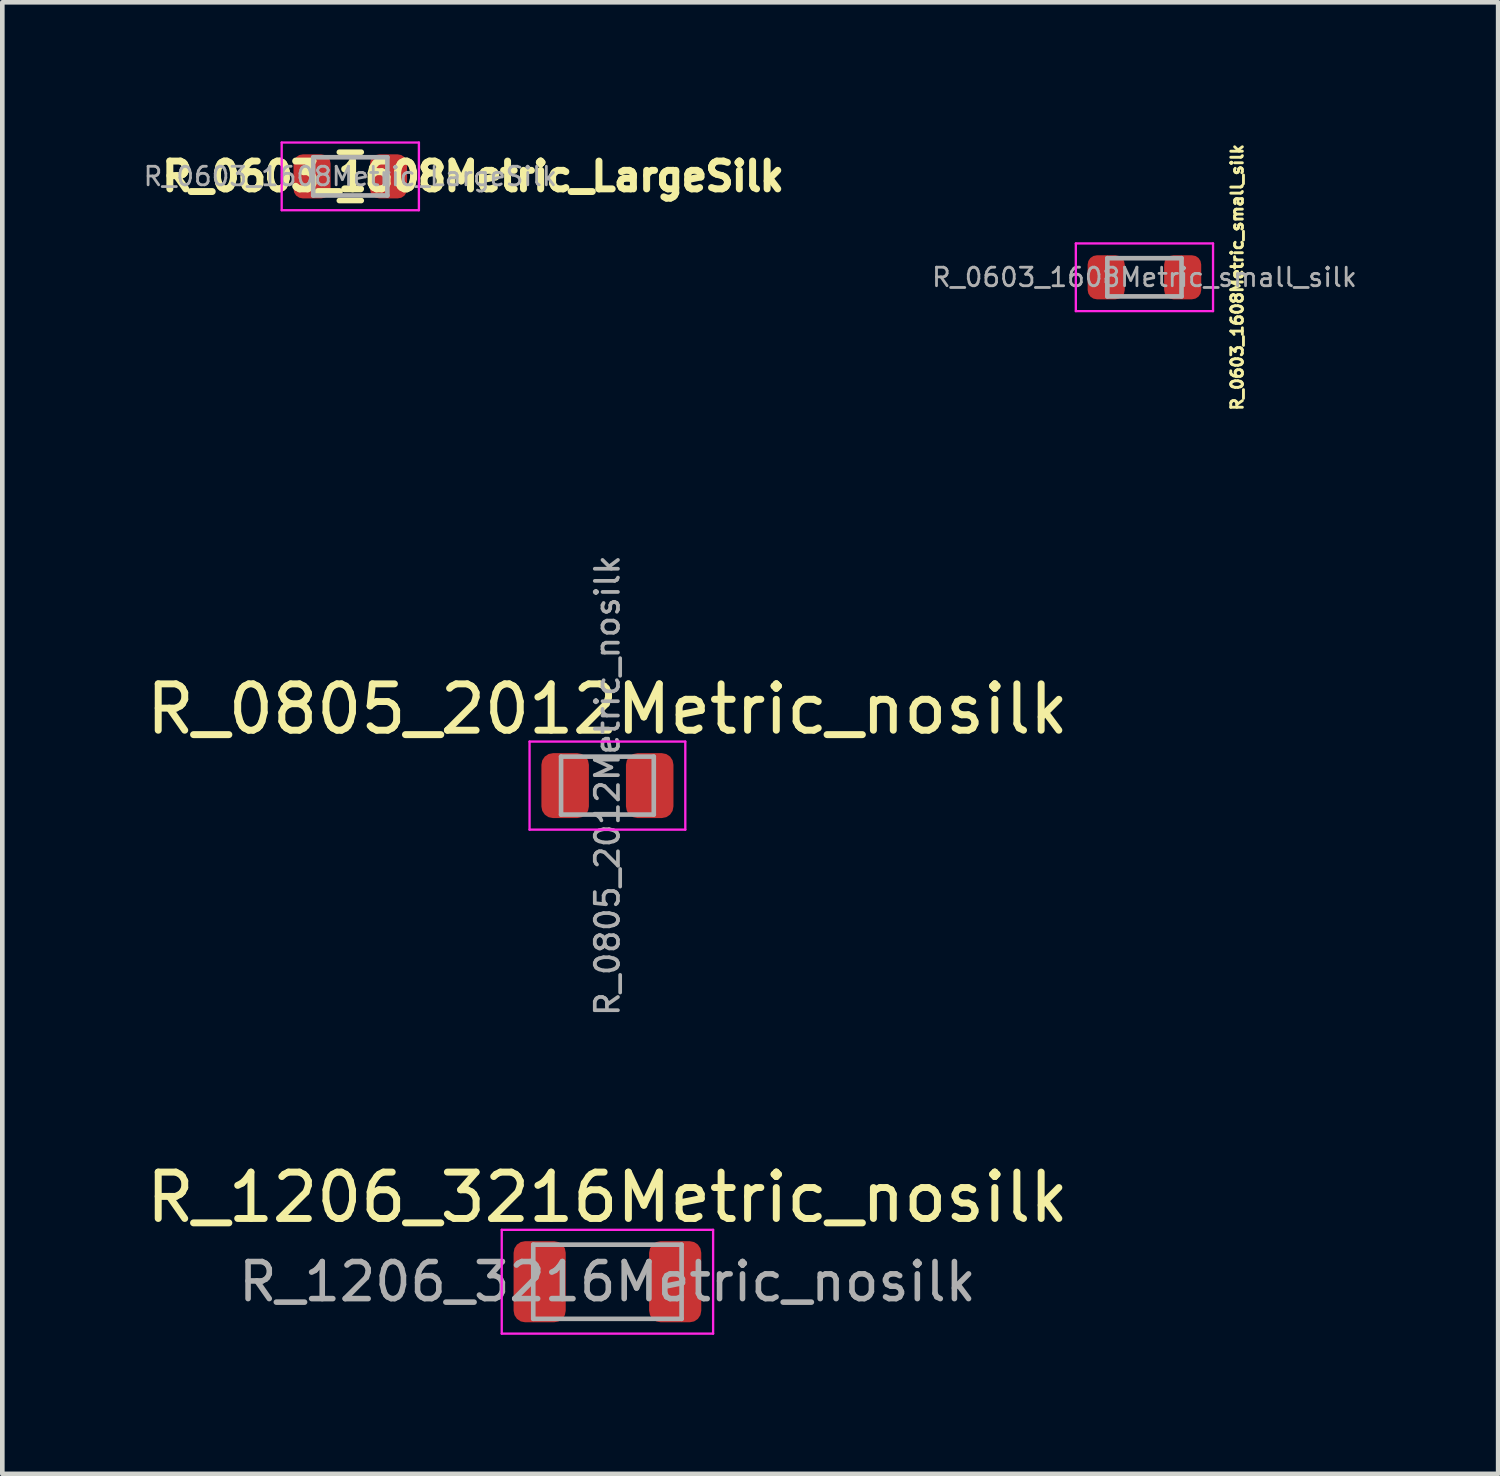
<source format=kicad_pcb>
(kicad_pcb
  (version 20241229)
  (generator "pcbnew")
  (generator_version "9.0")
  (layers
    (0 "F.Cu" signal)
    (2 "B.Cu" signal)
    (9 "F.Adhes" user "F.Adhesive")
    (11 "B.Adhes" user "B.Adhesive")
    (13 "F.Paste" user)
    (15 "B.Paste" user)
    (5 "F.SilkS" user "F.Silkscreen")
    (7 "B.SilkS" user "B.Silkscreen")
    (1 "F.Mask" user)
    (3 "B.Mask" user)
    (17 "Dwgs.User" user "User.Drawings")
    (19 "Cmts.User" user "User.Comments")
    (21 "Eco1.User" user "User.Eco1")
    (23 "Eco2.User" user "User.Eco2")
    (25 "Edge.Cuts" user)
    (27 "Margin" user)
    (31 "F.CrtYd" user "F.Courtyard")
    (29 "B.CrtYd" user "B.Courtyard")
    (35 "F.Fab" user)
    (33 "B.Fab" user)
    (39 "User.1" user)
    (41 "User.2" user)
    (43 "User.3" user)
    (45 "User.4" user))
  (footprint "R_0603_1608Metric_LargeSilk"
    (layer "F.Cu")
    (at 4.507 0.755)
    (property "Reference" "R_0603_1608Metric_LargeSilk" (at 2.65 0 0) (layer "F.SilkS") (effects (font (size 0.6 0.6) (thickness 0.15))))
    (attr smd)
    (fp_line (start -0.237 -0.522) (end 0.237 -0.522) (stroke (width 0.12) (type solid)) (layer "F.SilkS"))
    (fp_line (start -0.237 0.522) (end 0.237 0.522) (stroke (width 0.12) (type solid)) (layer "F.SilkS"))
    (fp_line (start -1.48 -0.73) (end 1.48 -0.73) (stroke (width 0.05) (type solid)) (layer "F.CrtYd"))
    (fp_line (start -1.48 0.73) (end -1.48 -0.73) (stroke (width 0.05) (type solid)) (layer "F.CrtYd"))
    (fp_line (start 1.48 -0.73) (end 1.48 0.73) (stroke (width 0.05) (type solid)) (layer "F.CrtYd"))
    (fp_line (start 1.48 0.73) (end -1.48 0.73) (stroke (width 0.05) (type solid)) (layer "F.CrtYd"))
    (fp_line (start -0.8 -0.412) (end 0.8 -0.412) (stroke (width 0.1) (type solid)) (layer "F.Fab"))
    (fp_line (start -0.8 0.412) (end -0.8 -0.412) (stroke (width 0.1) (type solid)) (layer "F.Fab"))
    (fp_line (start 0.8 -0.412) (end 0.8 0.412) (stroke (width 0.1) (type solid)) (layer "F.Fab"))
    (fp_line (start 0.8 0.412) (end -0.8 0.412) (stroke (width 0.1) (type solid)) (layer "F.Fab"))
    (fp_text user "${REFERENCE}" (at 0 0 0) (layer "F.Fab") (effects (font (size 0.4 0.4) (thickness 0.06))))
    (pad "1" smd roundrect (at -0.825 0) (size 0.8 0.95) (layers "F.Cu" "F.Mask" "F.Paste") (roundrect_rratio 0.25))
    (pad "2" smd roundrect (at 0.825 0) (size 0.8 0.95) (layers "F.Cu" "F.Mask" "F.Paste") (roundrect_rratio 0.25)))
  (footprint "R_1206_3216Metric_nosilk"
    (layer "F.Cu")
    (at 10.054 24.601)
    (property "Reference" "R_1206_3216Metric_nosilk" (at 0 -1.82 180) (layer "F.SilkS") (effects (font (size 1 1) (thickness 0.15))))
    (attr smd)
    (fp_line (start -2.28 -1.12) (end 2.28 -1.12) (stroke (width 0.05) (type solid)) (layer "F.CrtYd"))
    (fp_line (start -2.28 1.12) (end -2.28 -1.12) (stroke (width 0.05) (type solid)) (layer "F.CrtYd"))
    (fp_line (start 2.28 -1.12) (end 2.28 1.12) (stroke (width 0.05) (type solid)) (layer "F.CrtYd"))
    (fp_line (start 2.28 1.12) (end -2.28 1.12) (stroke (width 0.05) (type solid)) (layer "F.CrtYd"))
    (fp_line (start -1.6 -0.8) (end 1.6 -0.8) (stroke (width 0.1) (type solid)) (layer "F.Fab"))
    (fp_line (start -1.6 0.8) (end -1.6 -0.8) (stroke (width 0.1) (type solid)) (layer "F.Fab"))
    (fp_line (start 1.6 -0.8) (end 1.6 0.8) (stroke (width 0.1) (type solid)) (layer "F.Fab"))
    (fp_line (start 1.6 0.8) (end -1.6 0.8) (stroke (width 0.1) (type solid)) (layer "F.Fab"))
    (fp_text user "${REFERENCE}" (at 0 0 180) (layer "F.Fab") (effects (font (size 0.8 0.8) (thickness 0.12))))
    (pad "1" smd roundrect (at -1.462 0) (size 1.125 1.75) (layers "F.Cu" "F.Mask" "F.Paste") (roundrect_rratio 0.222))
    (pad "2" smd roundrect (at 1.462 0) (size 1.125 1.75) (layers "F.Cu" "F.Mask" "F.Paste") (roundrect_rratio 0.222)))
  (footprint "R_0603_1608Metric_small_silk"
    (layer "F.Cu")
    (at 21.639 2.932)
    (property "Reference" "R_0603_1608Metric_small_silk" (at 2 0 270) (layer "F.SilkS") (effects (font (size 0.25 0.25) (thickness 0.062))))
    (attr smd)
    (fp_line (start -1.48 -0.73) (end 1.48 -0.73) (stroke (width 0.05) (type solid)) (layer "F.CrtYd"))
    (fp_line (start -1.48 0.73) (end -1.48 -0.73) (stroke (width 0.05) (type solid)) (layer "F.CrtYd"))
    (fp_line (start 1.48 -0.73) (end 1.48 0.73) (stroke (width 0.05) (type solid)) (layer "F.CrtYd"))
    (fp_line (start 1.48 0.73) (end -1.48 0.73) (stroke (width 0.05) (type solid)) (layer "F.CrtYd"))
    (fp_line (start -0.8 -0.412) (end 0.8 -0.412) (stroke (width 0.1) (type solid)) (layer "F.Fab"))
    (fp_line (start -0.8 0.412) (end -0.8 -0.412) (stroke (width 0.1) (type solid)) (layer "F.Fab"))
    (fp_line (start 0.8 -0.412) (end 0.8 0.412) (stroke (width 0.1) (type solid)) (layer "F.Fab"))
    (fp_line (start 0.8 0.412) (end -0.8 0.412) (stroke (width 0.1) (type solid)) (layer "F.Fab"))
    (fp_text user "${REFERENCE}" (at 0 0 0) (layer "F.Fab") (effects (font (size 0.4 0.4) (thickness 0.06))))
    (pad "1" smd roundrect (at -0.825 0) (size 0.8 0.95) (layers "F.Cu" "F.Mask" "F.Paste") (roundrect_rratio 0.25))
    (pad "2" smd roundrect (at 0.825 0) (size 0.8 0.95) (layers "F.Cu" "F.Mask" "F.Paste") (roundrect_rratio 0.25)))
  (footprint "R_0805_2012Metric_nosilk"
    (placed yes)
    (layer "F.Cu")
    (at 10.054 13.898)
    (property "Reference" "R_0805_2012Metric_nosilk" (at 0 -1.65 180) (layer "F.SilkS") (effects (font (size 1 1) (thickness 0.15))))
    (attr smd)
    (fp_line (start -1.68 -0.95) (end 1.68 -0.95) (stroke (width 0.05) (type solid)) (layer "F.CrtYd"))
    (fp_line (start -1.68 0.95) (end -1.68 -0.95) (stroke (width 0.05) (type solid)) (layer "F.CrtYd"))
    (fp_line (start 1.68 -0.95) (end 1.68 0.95) (stroke (width 0.05) (type solid)) (layer "F.CrtYd"))
    (fp_line (start 1.68 0.95) (end -1.68 0.95) (stroke (width 0.05) (type solid)) (layer "F.CrtYd"))
    (fp_line (start -1 -0.625) (end 1 -0.625) (stroke (width 0.1) (type solid)) (layer "F.Fab"))
    (fp_line (start -1 0.625) (end -1 -0.625) (stroke (width 0.1) (type solid)) (layer "F.Fab"))
    (fp_line (start 1 -0.625) (end 1 0.625) (stroke (width 0.1) (type solid)) (layer "F.Fab"))
    (fp_line (start 1 0.625) (end -1 0.625) (stroke (width 0.1) (type solid)) (layer "F.Fab"))
    (fp_text user "${REFERENCE}" (at 0 0 270) (layer "F.Fab") (effects (font (size 0.5 0.5) (thickness 0.08))))
    (pad "1" smd roundrect (at -0.912 0) (size 1.025 1.4) (layers "F.Cu" "F.Mask" "F.Paste") (roundrect_rratio 0.244))
    (pad "2" smd roundrect (at 0.912 0) (size 1.025 1.4) (layers "F.Cu" "F.Mask" "F.Paste") (roundrect_rratio 0.244)))
  (gr_rect
    (start -3 -3)
    (end 29.27 28.746)
    (stroke (width 0.1) (type default))
    (fill no)
    (layer "Edge.Cuts")))
</source>
